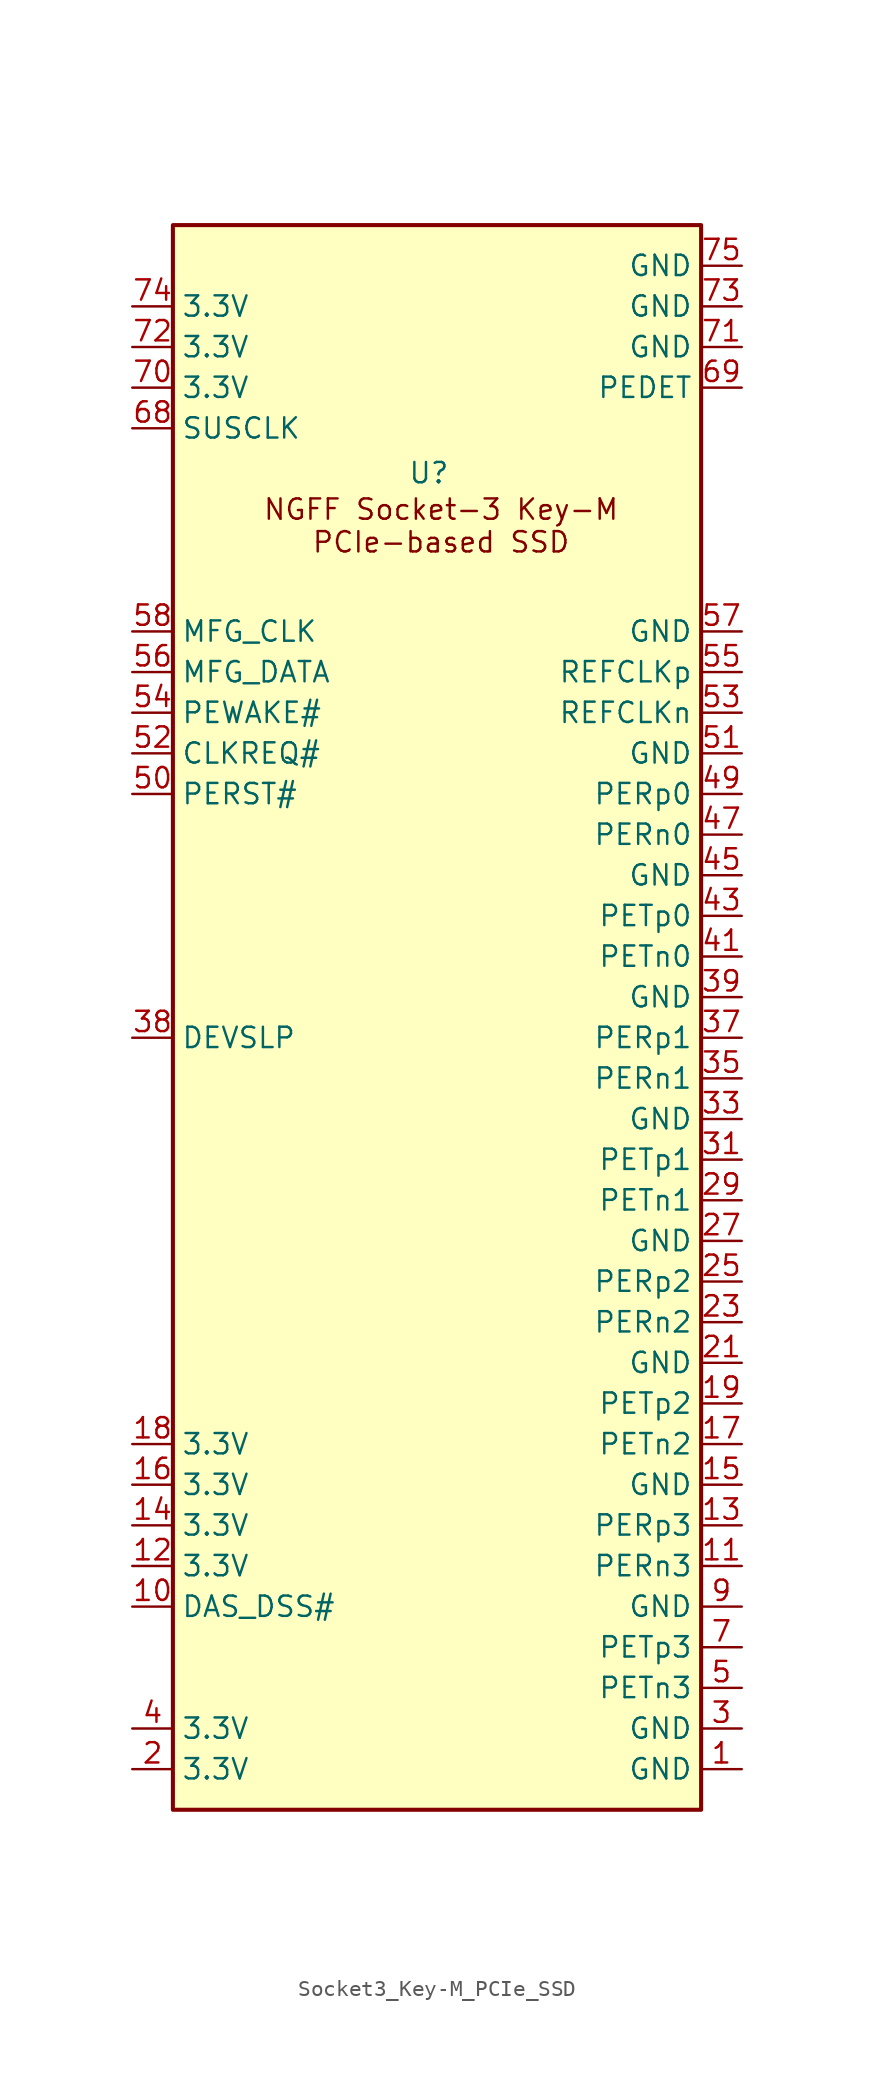
<source format=kicad_sym>
(kicad_symbol_lib
  (version 20241209)
  (generator "kicad_symbol_editor")
  (generator_version "9.0")
  (symbol "Socket3_Key-M_PCIe_SSD"
    (property "Reference" "U"
      (at 16.002 83.566 0)
      (effects (font (size 1.27 1.27))))
    (property "Value" ""
      (at 0 0 0)
      (effects (font (size 1.27 1.27))))
    (symbol "Socket3_Key-M_PCIe_SSD_0_1"
      (rectangle (start 0 99.06) (end 33.02 0) (stroke (width 0.254) (type default)) (fill (type background))))
    (symbol "Socket3_Key-M_PCIe_SSD_1_1"
      (text "NGFF Socket-3 Key-M\nPCIe-based SSD" (at 16.764 80.264 0) (effects (font (size 1.27 1.27))))
      (pin power_in line (at -2.54 93.98 0) (length 2.54) (name "3.3V" (effects (font (size 1.27 1.27)))) (number "74" (effects (font (size 1.27 1.27)))))
      (pin power_in line (at -2.54 91.44 0) (length 2.54) (name "3.3V" (effects (font (size 1.27 1.27)))) (number "72" (effects (font (size 1.27 1.27)))))
      (pin power_in line (at -2.54 88.9 0) (length 2.54) (name "3.3V" (effects (font (size 1.27 1.27)))) (number "70" (effects (font (size 1.27 1.27)))))
      (pin input line (at -2.54 86.36 0) (length 2.54) (name "SUSCLK" (effects (font (size 1.27 1.27)))) (number "68" (effects (font (size 1.27 1.27)))))
      (pin bidirectional line (at -2.54 73.66 0) (length 2.54) (name "MFG_CLK" (effects (font (size 1.27 1.27)))) (number "58" (effects (font (size 1.27 1.27)))))
      (pin bidirectional line (at -2.54 71.12 0) (length 2.54) (name "MFG_DATA" (effects (font (size 1.27 1.27)))) (number "56" (effects (font (size 1.27 1.27)))))
      (pin bidirectional line (at -2.54 68.58 0) (length 2.54) (name "PEWAKE#" (effects (font (size 1.27 1.27)))) (number "54" (effects (font (size 1.27 1.27)))))
      (pin bidirectional line (at -2.54 66.04 0) (length 2.54) (name "CLKREQ#" (effects (font (size 1.27 1.27)))) (number "52" (effects (font (size 1.27 1.27)))))
      (pin input line (at -2.54 63.5 0) (length 2.54) (name "PERST#" (effects (font (size 1.27 1.27)))) (number "50" (effects (font (size 1.27 1.27)))))
      (pin no_connect line (at -2.54 60.96 0) (length 2.54) (hide yes) (name "NC" (effects (font (size 1.27 1.27)))) (number "48" (effects (font (size 1.27 1.27)))))
      (pin no_connect line (at -2.54 58.42 0) (length 2.54) (hide yes) (name "NC" (effects (font (size 1.27 1.27)))) (number "46" (effects (font (size 1.27 1.27)))))
      (pin no_connect line (at -2.54 55.88 0) (length 2.54) (hide yes) (name "NC" (effects (font (size 1.27 1.27)))) (number "44" (effects (font (size 1.27 1.27)))))
      (pin no_connect line (at -2.54 53.34 0) (length 2.54) (hide yes) (name "NC" (effects (font (size 1.27 1.27)))) (number "42" (effects (font (size 1.27 1.27)))))
      (pin no_connect line (at -2.54 50.8 0) (length 2.54) (hide yes) (name "NC" (effects (font (size 1.27 1.27)))) (number "40" (effects (font (size 1.27 1.27)))))
      (pin input line (at -2.54 48.26 0) (length 2.54) (name "DEVSLP" (effects (font (size 1.27 1.27)))) (number "38" (effects (font (size 1.27 1.27)))))
      (pin no_connect line (at -2.54 45.72 0) (length 2.54) (hide yes) (name "NC" (effects (font (size 1.27 1.27)))) (number "36" (effects (font (size 1.27 1.27)))))
      (pin no_connect line (at -2.54 43.18 0) (length 2.54) (hide yes) (name "NC" (effects (font (size 1.27 1.27)))) (number "34" (effects (font (size 1.27 1.27)))))
      (pin no_connect line (at -2.54 40.64 0) (length 2.54) (hide yes) (name "NC" (effects (font (size 1.27 1.27)))) (number "32" (effects (font (size 1.27 1.27)))))
      (pin no_connect line (at -2.54 38.1 0) (length 2.54) (hide yes) (name "NC" (effects (font (size 1.27 1.27)))) (number "30" (effects (font (size 1.27 1.27)))))
      (pin no_connect line (at -2.54 35.56 0) (length 2.54) (hide yes) (name "NC" (effects (font (size 1.27 1.27)))) (number "28" (effects (font (size 1.27 1.27)))))
      (pin no_connect line (at -2.54 33.02 0) (length 2.54) (hide yes) (name "NC" (effects (font (size 1.27 1.27)))) (number "26" (effects (font (size 1.27 1.27)))))
      (pin no_connect line (at -2.54 30.48 0) (length 2.54) (hide yes) (name "NC" (effects (font (size 1.27 1.27)))) (number "24" (effects (font (size 1.27 1.27)))))
      (pin no_connect line (at -2.54 27.94 0) (length 2.54) (hide yes) (name "NC" (effects (font (size 1.27 1.27)))) (number "22" (effects (font (size 1.27 1.27)))))
      (pin no_connect line (at -2.54 25.4 0) (length 2.54) (hide yes) (name "NC" (effects (font (size 1.27 1.27)))) (number "20" (effects (font (size 1.27 1.27)))))
      (pin power_in line (at -2.54 22.86 0) (length 2.54) (name "3.3V" (effects (font (size 1.27 1.27)))) (number "18" (effects (font (size 1.27 1.27)))))
      (pin power_in line (at -2.54 20.32 0) (length 2.54) (name "3.3V" (effects (font (size 1.27 1.27)))) (number "16" (effects (font (size 1.27 1.27)))))
      (pin power_in line (at -2.54 17.78 0) (length 2.54) (name "3.3V" (effects (font (size 1.27 1.27)))) (number "14" (effects (font (size 1.27 1.27)))))
      (pin power_in line (at -2.54 15.24 0) (length 2.54) (name "3.3V" (effects (font (size 1.27 1.27)))) (number "12" (effects (font (size 1.27 1.27)))))
      (pin output line (at -2.54 12.7 0) (length 2.54) (name "DAS_DSS#" (effects (font (size 1.27 1.27)))) (number "10" (effects (font (size 1.27 1.27)))))
      (pin no_connect line (at -2.54 10.16 0) (length 2.54) (hide yes) (name "NC" (effects (font (size 1.27 1.27)))) (number "8" (effects (font (size 1.27 1.27)))))
      (pin no_connect line (at -2.54 7.62 0) (length 2.54) (hide yes) (name "NC" (effects (font (size 1.27 1.27)))) (number "6" (effects (font (size 1.27 1.27)))))
      (pin power_in line (at -2.54 5.08 0) (length 2.54) (name "3.3V" (effects (font (size 1.27 1.27)))) (number "4" (effects (font (size 1.27 1.27)))))
      (pin power_in line (at -2.54 2.54 0) (length 2.54) (name "3.3V" (effects (font (size 1.27 1.27)))) (number "2" (effects (font (size 1.27 1.27)))))
      (pin power_in line (at 35.56 96.52 180) (length 2.54) (name "GND" (effects (font (size 1.27 1.27)))) (number "75" (effects (font (size 1.27 1.27)))))
      (pin power_in line (at 35.56 93.98 180) (length 2.54) (name "GND" (effects (font (size 1.27 1.27)))) (number "73" (effects (font (size 1.27 1.27)))))
      (pin power_in line (at 35.56 91.44 180) (length 2.54) (name "GND" (effects (font (size 1.27 1.27)))) (number "71" (effects (font (size 1.27 1.27)))))
      (pin power_in line (at 35.56 88.9 180) (length 2.54) (name "PEDET" (effects (font (size 1.27 1.27)))) (number "69" (effects (font (size 1.27 1.27)))))
      (pin no_connect line (at 35.56 86.36 180) (length 2.54) (hide yes) (name "NC" (effects (font (size 1.27 1.27)))) (number "67" (effects (font (size 1.27 1.27)))))
      (pin power_in line (at 35.56 73.66 180) (length 2.54) (name "GND" (effects (font (size 1.27 1.27)))) (number "57" (effects (font (size 1.27 1.27)))))
      (pin input line (at 35.56 71.12 180) (length 2.54) (name "REFCLKp" (effects (font (size 1.27 1.27)))) (number "55" (effects (font (size 1.27 1.27)))))
      (pin input line (at 35.56 68.58 180) (length 2.54) (name "REFCLKn" (effects (font (size 1.27 1.27)))) (number "53" (effects (font (size 1.27 1.27)))))
      (pin power_in line (at 35.56 66.04 180) (length 2.54) (name "GND" (effects (font (size 1.27 1.27)))) (number "51" (effects (font (size 1.27 1.27)))))
      (pin bidirectional line (at 35.56 63.5 180) (length 2.54) (name "PERp0" (effects (font (size 1.27 1.27)))) (number "49" (effects (font (size 1.27 1.27)))))
      (pin bidirectional line (at 35.56 60.96 180) (length 2.54) (name "PERn0" (effects (font (size 1.27 1.27)))) (number "47" (effects (font (size 1.27 1.27)))))
      (pin power_in line (at 35.56 58.42 180) (length 2.54) (name "GND" (effects (font (size 1.27 1.27)))) (number "45" (effects (font (size 1.27 1.27)))))
      (pin bidirectional line (at 35.56 55.88 180) (length 2.54) (name "PETp0" (effects (font (size 1.27 1.27)))) (number "43" (effects (font (size 1.27 1.27)))))
      (pin bidirectional line (at 35.56 53.34 180) (length 2.54) (name "PETn0" (effects (font (size 1.27 1.27)))) (number "41" (effects (font (size 1.27 1.27)))))
      (pin power_in line (at 35.56 50.8 180) (length 2.54) (name "GND" (effects (font (size 1.27 1.27)))) (number "39" (effects (font (size 1.27 1.27)))))
      (pin bidirectional line (at 35.56 48.26 180) (length 2.54) (name "PERp1" (effects (font (size 1.27 1.27)))) (number "37" (effects (font (size 1.27 1.27)))))
      (pin bidirectional line (at 35.56 45.72 180) (length 2.54) (name "PERn1" (effects (font (size 1.27 1.27)))) (number "35" (effects (font (size 1.27 1.27)))))
      (pin power_in line (at 35.56 43.18 180) (length 2.54) (name "GND" (effects (font (size 1.27 1.27)))) (number "33" (effects (font (size 1.27 1.27)))))
      (pin bidirectional line (at 35.56 40.64 180) (length 2.54) (name "PETp1" (effects (font (size 1.27 1.27)))) (number "31" (effects (font (size 1.27 1.27)))))
      (pin bidirectional line (at 35.56 38.1 180) (length 2.54) (name "PETn1" (effects (font (size 1.27 1.27)))) (number "29" (effects (font (size 1.27 1.27)))))
      (pin power_in line (at 35.56 35.56 180) (length 2.54) (name "GND" (effects (font (size 1.27 1.27)))) (number "27" (effects (font (size 1.27 1.27)))))
      (pin bidirectional line (at 35.56 33.02 180) (length 2.54) (name "PERp2" (effects (font (size 1.27 1.27)))) (number "25" (effects (font (size 1.27 1.27)))))
      (pin bidirectional line (at 35.56 30.48 180) (length 2.54) (name "PERn2" (effects (font (size 1.27 1.27)))) (number "23" (effects (font (size 1.27 1.27)))))
      (pin power_in line (at 35.56 27.94 180) (length 2.54) (name "GND" (effects (font (size 1.27 1.27)))) (number "21" (effects (font (size 1.27 1.27)))))
      (pin bidirectional line (at 35.56 25.4 180) (length 2.54) (name "PETp2" (effects (font (size 1.27 1.27)))) (number "19" (effects (font (size 1.27 1.27)))))
      (pin bidirectional line (at 35.56 22.86 180) (length 2.54) (name "PETn2" (effects (font (size 1.27 1.27)))) (number "17" (effects (font (size 1.27 1.27)))))
      (pin power_in line (at 35.56 20.32 180) (length 2.54) (name "GND" (effects (font (size 1.27 1.27)))) (number "15" (effects (font (size 1.27 1.27)))))
      (pin bidirectional line (at 35.56 17.78 180) (length 2.54) (name "PERp3" (effects (font (size 1.27 1.27)))) (number "13" (effects (font (size 1.27 1.27)))))
      (pin bidirectional line (at 35.56 15.24 180) (length 2.54) (name "PERn3" (effects (font (size 1.27 1.27)))) (number "11" (effects (font (size 1.27 1.27)))))
      (pin power_in line (at 35.56 12.7 180) (length 2.54) (name "GND" (effects (font (size 1.27 1.27)))) (number "9" (effects (font (size 1.27 1.27)))))
      (pin bidirectional line (at 35.56 10.16 180) (length 2.54) (name "PETp3" (effects (font (size 1.27 1.27)))) (number "7" (effects (font (size 1.27 1.27)))))
      (pin bidirectional line (at 35.56 7.62 180) (length 2.54) (name "PETn3" (effects (font (size 1.27 1.27)))) (number "5" (effects (font (size 1.27 1.27)))))
      (pin power_in line (at 35.56 5.08 180) (length 2.54) (name "GND" (effects (font (size 1.27 1.27)))) (number "3" (effects (font (size 1.27 1.27)))))
      (pin power_in line (at 35.56 2.54 180) (length 2.54) (name "GND" (effects (font (size 1.27 1.27)))) (number "1" (effects (font (size 1.27 1.27))))))))
</source>
